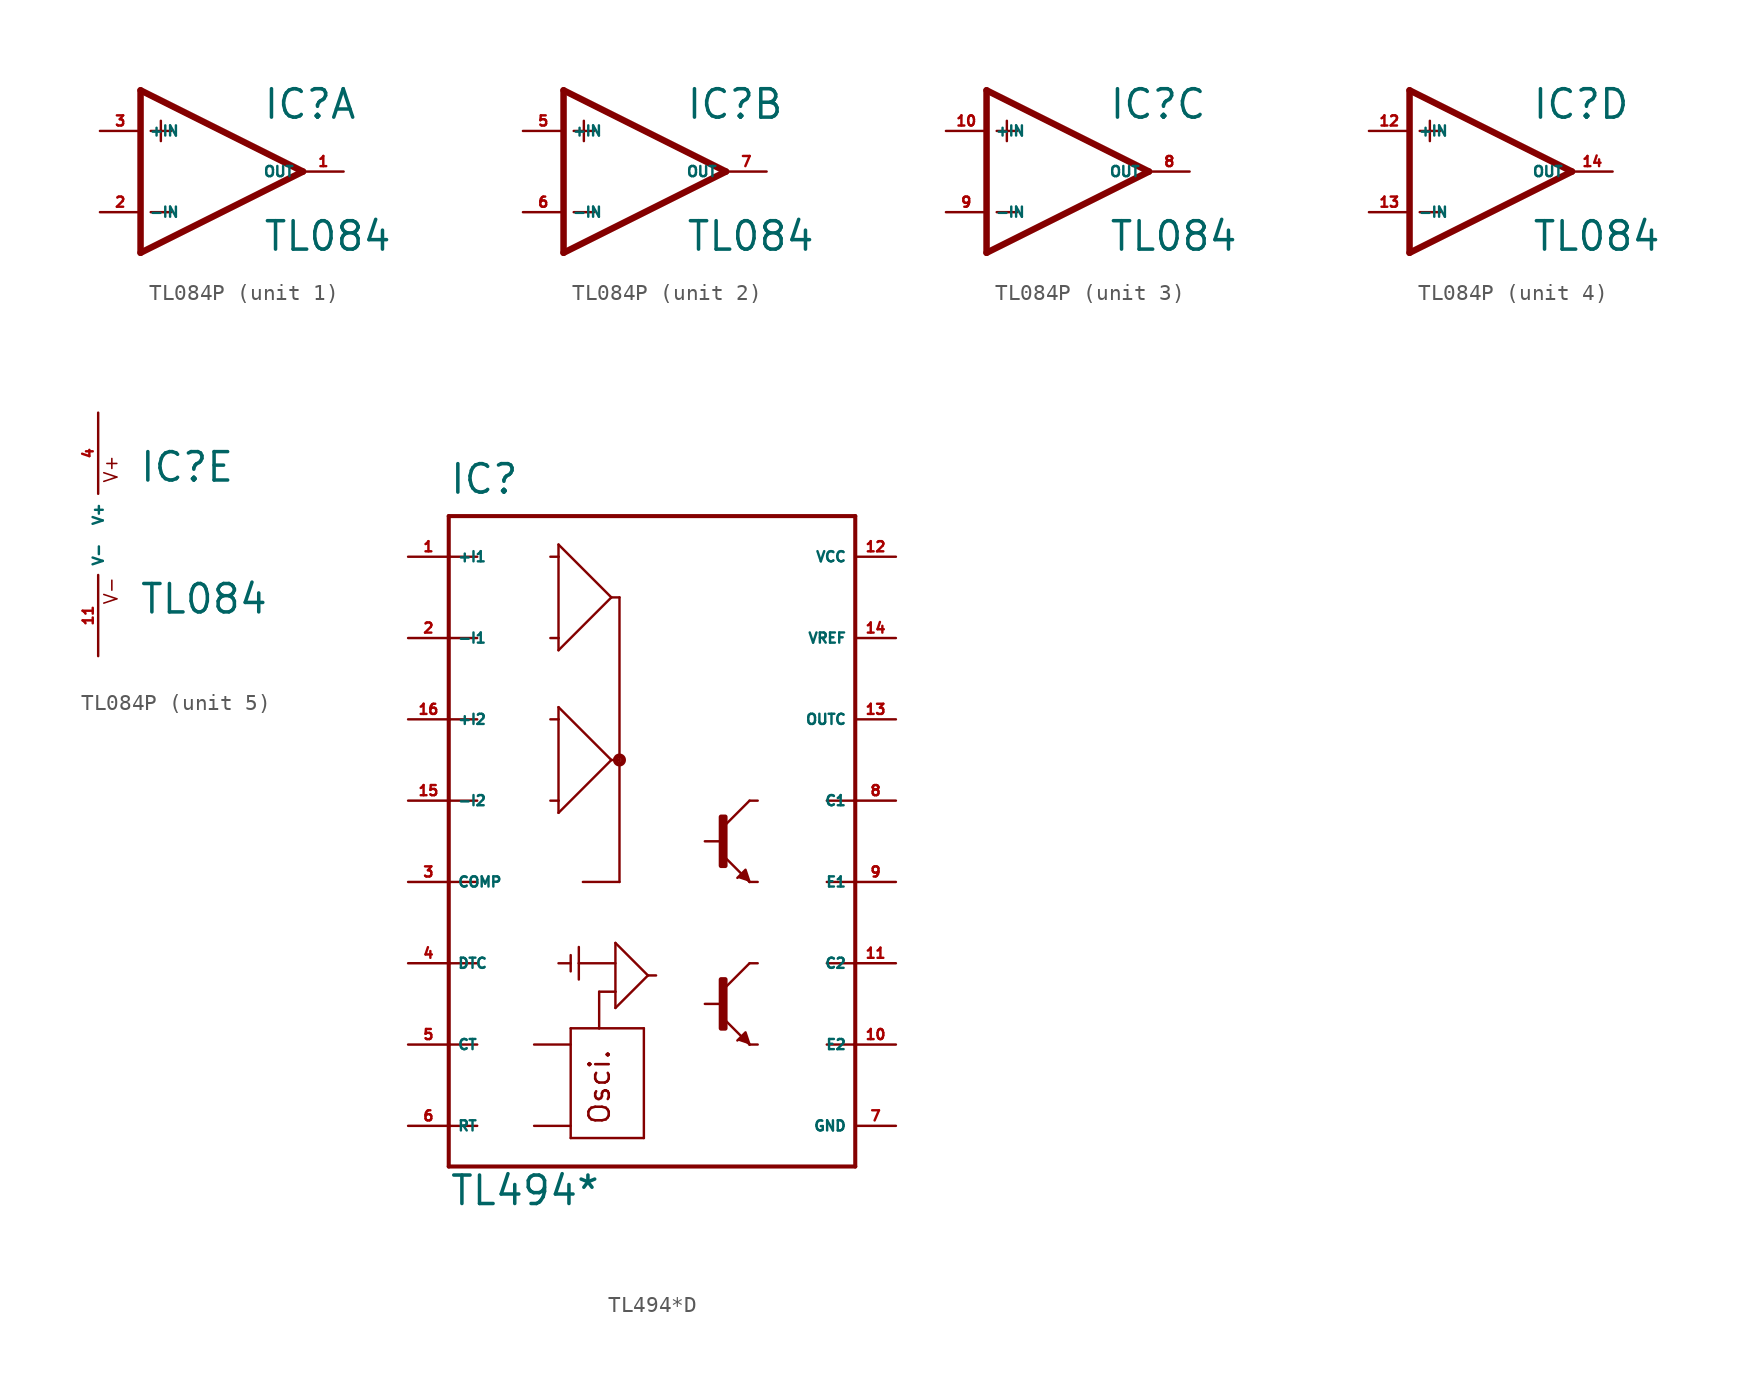
<source format=kicad_sym>
(kicad_symbol_lib
  (version 20220914)
  (generator Eagle2Kicad)
  (symbol "TL084P"
    (property "Reference" "IC"
      (at 2.54 3.175 0)
      (effects (font (size 1.778 1.778) (thickness 0.22)) (justify left bottom)))
    (property "Value" "TL084"
      (at 2.54 -5.08 0)
      (effects (font (size 1.778 1.778) (thickness 0.22)) (justify left bottom)))
    (symbol "TL084P_1_0"
      (polyline (pts (xy -5.08 5.08) (xy -5.08 -5.08)) (stroke (width 0.406) (type default)) (fill (type none)))
      (polyline (pts (xy -5.08 -5.08) (xy 5.08 0)) (stroke (width 0.406) (type default)) (fill (type none)))
      (polyline (pts (xy 5.08 0) (xy -5.08 5.08)) (stroke (width 0.406) (type default)) (fill (type none)))
      (polyline (pts (xy -3.81 3.175) (xy -3.81 1.905)) (stroke (width 0.152) (type default)) (fill (type none)))
      (polyline (pts (xy -4.445 2.54) (xy -3.175 2.54)) (stroke (width 0.152) (type default)) (fill (type none)))
      (polyline (pts (xy -4.445 -2.54) (xy -3.175 -2.54)) (stroke (width 0.152) (type default)) (fill (type none)))
      (pin input line (at -7.62 -2.54 0) (length 2.54) (name "-IN" (effects (font (size 0.635 0.635) (thickness 0.08)) (justify left bottom))) (number "2" (effects (font (size 0.635 0.635) (thickness 0.08)) (justify left bottom))))
      (pin input line (at -7.62 2.54 0) (length 2.54) (name "+IN" (effects (font (size 0.635 0.635) (thickness 0.08)) (justify left bottom))) (number "3" (effects (font (size 0.635 0.635) (thickness 0.08)) (justify left bottom))))
      (pin output line (at 7.62 0 180) (length 2.54) (name "OUT" (effects (font (size 0.635 0.635) (thickness 0.08)) (justify left bottom))) (number "1" (effects (font (size 0.635 0.635) (thickness 0.08)) (justify left bottom)))))
    (symbol "TL084P_2_0"
      (polyline (pts (xy -5.08 5.08) (xy -5.08 -5.08)) (stroke (width 0.406) (type default)) (fill (type none)))
      (polyline (pts (xy -5.08 -5.08) (xy 5.08 0)) (stroke (width 0.406) (type default)) (fill (type none)))
      (polyline (pts (xy 5.08 0) (xy -5.08 5.08)) (stroke (width 0.406) (type default)) (fill (type none)))
      (polyline (pts (xy -3.81 3.175) (xy -3.81 1.905)) (stroke (width 0.152) (type default)) (fill (type none)))
      (polyline (pts (xy -4.445 2.54) (xy -3.175 2.54)) (stroke (width 0.152) (type default)) (fill (type none)))
      (polyline (pts (xy -4.445 -2.54) (xy -3.175 -2.54)) (stroke (width 0.152) (type default)) (fill (type none)))
      (pin input line (at -7.62 -2.54 0) (length 2.54) (name "-IN" (effects (font (size 0.635 0.635) (thickness 0.08)) (justify left bottom))) (number "6" (effects (font (size 0.635 0.635) (thickness 0.08)) (justify left bottom))))
      (pin input line (at -7.62 2.54 0) (length 2.54) (name "+IN" (effects (font (size 0.635 0.635) (thickness 0.08)) (justify left bottom))) (number "5" (effects (font (size 0.635 0.635) (thickness 0.08)) (justify left bottom))))
      (pin output line (at 7.62 0 180) (length 2.54) (name "OUT" (effects (font (size 0.635 0.635) (thickness 0.08)) (justify left bottom))) (number "7" (effects (font (size 0.635 0.635) (thickness 0.08)) (justify left bottom)))))
    (symbol "TL084P_3_0"
      (polyline (pts (xy -5.08 5.08) (xy -5.08 -5.08)) (stroke (width 0.406) (type default)) (fill (type none)))
      (polyline (pts (xy -5.08 -5.08) (xy 5.08 0)) (stroke (width 0.406) (type default)) (fill (type none)))
      (polyline (pts (xy 5.08 0) (xy -5.08 5.08)) (stroke (width 0.406) (type default)) (fill (type none)))
      (polyline (pts (xy -3.81 3.175) (xy -3.81 1.905)) (stroke (width 0.152) (type default)) (fill (type none)))
      (polyline (pts (xy -4.445 2.54) (xy -3.175 2.54)) (stroke (width 0.152) (type default)) (fill (type none)))
      (polyline (pts (xy -4.445 -2.54) (xy -3.175 -2.54)) (stroke (width 0.152) (type default)) (fill (type none)))
      (pin input line (at -7.62 -2.54 0) (length 2.54) (name "-IN" (effects (font (size 0.635 0.635) (thickness 0.08)) (justify left bottom))) (number "9" (effects (font (size 0.635 0.635) (thickness 0.08)) (justify left bottom))))
      (pin input line (at -7.62 2.54 0) (length 2.54) (name "+IN" (effects (font (size 0.635 0.635) (thickness 0.08)) (justify left bottom))) (number "10" (effects (font (size 0.635 0.635) (thickness 0.08)) (justify left bottom))))
      (pin output line (at 7.62 0 180) (length 2.54) (name "OUT" (effects (font (size 0.635 0.635) (thickness 0.08)) (justify left bottom))) (number "8" (effects (font (size 0.635 0.635) (thickness 0.08)) (justify left bottom)))))
    (symbol "TL084P_4_0"
      (polyline (pts (xy -5.08 5.08) (xy -5.08 -5.08)) (stroke (width 0.406) (type default)) (fill (type none)))
      (polyline (pts (xy -5.08 -5.08) (xy 5.08 0)) (stroke (width 0.406) (type default)) (fill (type none)))
      (polyline (pts (xy 5.08 0) (xy -5.08 5.08)) (stroke (width 0.406) (type default)) (fill (type none)))
      (polyline (pts (xy -3.81 3.175) (xy -3.81 1.905)) (stroke (width 0.152) (type default)) (fill (type none)))
      (polyline (pts (xy -4.445 2.54) (xy -3.175 2.54)) (stroke (width 0.152) (type default)) (fill (type none)))
      (polyline (pts (xy -4.445 -2.54) (xy -3.175 -2.54)) (stroke (width 0.152) (type default)) (fill (type none)))
      (pin input line (at -7.62 -2.54 0) (length 2.54) (name "-IN" (effects (font (size 0.635 0.635) (thickness 0.08)) (justify left bottom))) (number "13" (effects (font (size 0.635 0.635) (thickness 0.08)) (justify left bottom))))
      (pin input line (at -7.62 2.54 0) (length 2.54) (name "+IN" (effects (font (size 0.635 0.635) (thickness 0.08)) (justify left bottom))) (number "12" (effects (font (size 0.635 0.635) (thickness 0.08)) (justify left bottom))))
      (pin output line (at 7.62 0 180) (length 2.54) (name "OUT" (effects (font (size 0.635 0.635) (thickness 0.08)) (justify left bottom))) (number "14" (effects (font (size 0.635 0.635) (thickness 0.08)) (justify left bottom)))))
    (symbol "TL084P_5_0"
      (text "V+" (at 1.27 3.175 900) (effects (font (size 0.813 0.813) (thickness 0.10)) (justify left bottom)))
      (text "V-" (at 1.27 -4.445 900) (effects (font (size 0.813 0.813) (thickness 0.10)) (justify left bottom)))
      (pin unspecified line (at 0 7.62 270) (length 5.08) (name "V+" (effects (font (size 0.635 0.635) (thickness 0.08)) (justify left bottom))) (number "4" (effects (font (size 0.635 0.635) (thickness 0.08)) (justify left bottom))))
      (pin unspecified line (at 0 -7.62 90) (length 5.08) (name "V-" (effects (font (size 0.635 0.635) (thickness 0.08)) (justify left bottom))) (number "11" (effects (font (size 0.635 0.635) (thickness 0.08)) (justify left bottom))))))
  (symbol "TL494*D"
    (property "Reference" "IC"
      (at -12.7 19.05 0)
      (effects (font (size 1.778 1.778) (thickness 0.22)) (justify left bottom)))
    (property "Value" "TL494*"
      (at -12.7 -25.4 0)
      (effects (font (size 1.778 1.778) (thickness 0.22)) (justify left bottom)))
    (polyline
      (pts (xy 6.096 -5.08) (xy 5.842 -4.318) (xy 5.334 -4.826))
      (stroke (width 0.152) (type default))
      (fill (type outline)))
    (polyline
      (pts (xy 6.096 -15.24) (xy 5.842 -14.478) (xy 5.334 -14.986))
      (stroke (width 0.152) (type default))
      (fill (type outline)))
    (polyline
      (pts (xy -12.7 17.78) (xy 12.7 17.78))
      (stroke (width 0.254) (type default))
      (fill (type none)))
    (polyline
      (pts (xy 12.7 17.78) (xy 12.7 0))
      (stroke (width 0.254) (type default))
      (fill (type none)))
    (polyline
      (pts (xy 12.7 0) (xy 12.7 -5.08))
      (stroke (width 0.254) (type default))
      (fill (type none)))
    (polyline
      (pts (xy 12.7 -5.08) (xy 12.7 -10.16))
      (stroke (width 0.254) (type default))
      (fill (type none)))
    (polyline
      (pts (xy 12.7 -10.16) (xy 12.7 -15.24))
      (stroke (width 0.254) (type default))
      (fill (type none)))
    (polyline
      (pts (xy 12.7 -15.24) (xy 12.7 -22.86))
      (stroke (width 0.254) (type default))
      (fill (type none)))
    (polyline
      (pts (xy 12.7 -22.86) (xy -12.7 -22.86))
      (stroke (width 0.254) (type default))
      (fill (type none)))
    (polyline
      (pts (xy -12.7 -22.86) (xy -12.7 -20.32))
      (stroke (width 0.254) (type default))
      (fill (type none)))
    (polyline
      (pts (xy -12.7 -20.32) (xy -12.7 -15.24))
      (stroke (width 0.254) (type default))
      (fill (type none)))
    (polyline
      (pts (xy -12.7 -15.24) (xy -12.7 -10.16))
      (stroke (width 0.254) (type default))
      (fill (type none)))
    (polyline
      (pts (xy -12.7 -10.16) (xy -12.7 -5.08))
      (stroke (width 0.254) (type default))
      (fill (type none)))
    (polyline
      (pts (xy -12.7 -5.08) (xy -12.7 0))
      (stroke (width 0.254) (type default))
      (fill (type none)))
    (polyline
      (pts (xy -12.7 0) (xy -12.7 5.08))
      (stroke (width 0.254) (type default))
      (fill (type none)))
    (polyline
      (pts (xy -12.7 5.08) (xy -12.7 10.16))
      (stroke (width 0.254) (type default))
      (fill (type none)))
    (polyline
      (pts (xy -12.7 10.16) (xy -12.7 15.24))
      (stroke (width 0.254) (type default))
      (fill (type none)))
    (polyline
      (pts (xy -12.7 15.24) (xy -12.7 17.78))
      (stroke (width 0.254) (type default))
      (fill (type none)))
    (polyline
      (pts (xy -5.842 16.002) (xy -2.54 12.7))
      (stroke (width 0.152) (type default))
      (fill (type none)))
    (polyline
      (pts (xy -2.54 12.7) (xy -5.842 9.398))
      (stroke (width 0.152) (type default))
      (fill (type none)))
    (polyline
      (pts (xy -5.842 9.398) (xy -5.842 10.16))
      (stroke (width 0.152) (type default))
      (fill (type none)))
    (polyline
      (pts (xy -5.842 10.16) (xy -5.842 15.24))
      (stroke (width 0.152) (type default))
      (fill (type none)))
    (polyline
      (pts (xy -5.842 15.24) (xy -5.842 16.002))
      (stroke (width 0.152) (type default))
      (fill (type none)))
    (polyline
      (pts (xy -12.7 15.24) (xy -10.922 15.24))
      (stroke (width 0.152) (type default))
      (fill (type none)))
    (polyline
      (pts (xy -6.35 15.24) (xy -5.842 15.24))
      (stroke (width 0.152) (type default))
      (fill (type none)))
    (polyline
      (pts (xy -12.7 10.16) (xy -10.922 10.16))
      (stroke (width 0.152) (type default))
      (fill (type none)))
    (polyline
      (pts (xy -6.35 10.16) (xy -5.842 10.16))
      (stroke (width 0.152) (type default))
      (fill (type none)))
    (polyline
      (pts (xy -5.842 5.842) (xy -2.54 2.54))
      (stroke (width 0.152) (type default))
      (fill (type none)))
    (polyline
      (pts (xy -2.54 2.54) (xy -5.842 -0.762))
      (stroke (width 0.152) (type default))
      (fill (type none)))
    (polyline
      (pts (xy -5.842 -0.762) (xy -5.842 0))
      (stroke (width 0.152) (type default))
      (fill (type none)))
    (polyline
      (pts (xy -5.842 0) (xy -5.842 5.08))
      (stroke (width 0.152) (type default))
      (fill (type none)))
    (polyline
      (pts (xy -5.842 5.08) (xy -5.842 5.842))
      (stroke (width 0.152) (type default))
      (fill (type none)))
    (polyline
      (pts (xy -12.7 5.08) (xy -10.922 5.08))
      (stroke (width 0.152) (type default))
      (fill (type none)))
    (polyline
      (pts (xy -6.35 5.08) (xy -5.842 5.08))
      (stroke (width 0.152) (type default))
      (fill (type none)))
    (polyline
      (pts (xy -12.7 0) (xy -10.922 0))
      (stroke (width 0.152) (type default))
      (fill (type none)))
    (polyline
      (pts (xy -6.35 0) (xy -5.842 0))
      (stroke (width 0.152) (type default))
      (fill (type none)))
    (polyline
      (pts (xy -2.54 12.7) (xy -2.032 12.7))
      (stroke (width 0.152) (type default))
      (fill (type none)))
    (polyline
      (pts (xy -2.032 12.7) (xy -2.032 2.54))
      (stroke (width 0.152) (type default))
      (fill (type none)))
    (polyline
      (pts (xy -2.032 2.54) (xy -2.54 2.54))
      (stroke (width 0.152) (type default))
      (fill (type none)))
    (polyline
      (pts (xy -12.7 -5.08) (xy -10.922 -5.08))
      (stroke (width 0.152) (type default))
      (fill (type none)))
    (polyline
      (pts (xy -4.318 -5.08) (xy -2.032 -5.08))
      (stroke (width 0.152) (type default))
      (fill (type none)))
    (polyline
      (pts (xy -2.032 -5.08) (xy -2.032 2.54))
      (stroke (width 0.152) (type default))
      (fill (type none)))
    (polyline
      (pts (xy -7.366 -15.24) (xy -5.08 -15.24))
      (stroke (width 0.152) (type default))
      (fill (type none)))
    (polyline
      (pts (xy -7.366 -20.32) (xy -5.08 -20.32))
      (stroke (width 0.152) (type default))
      (fill (type none)))
    (polyline
      (pts (xy -5.08 -14.224) (xy -5.08 -21.082))
      (stroke (width 0.152) (type default))
      (fill (type none)))
    (polyline
      (pts (xy -5.08 -21.082) (xy -0.508 -21.082))
      (stroke (width 0.152) (type default))
      (fill (type none)))
    (polyline
      (pts (xy -0.508 -21.082) (xy -0.508 -14.224))
      (stroke (width 0.152) (type default))
      (fill (type none)))
    (polyline
      (pts (xy -0.508 -14.224) (xy -3.302 -14.224))
      (stroke (width 0.152) (type default))
      (fill (type none)))
    (polyline
      (pts (xy -3.302 -14.224) (xy -5.08 -14.224))
      (stroke (width 0.152) (type default))
      (fill (type none)))
    (polyline
      (pts (xy -12.7 -10.16) (xy -10.922 -10.16))
      (stroke (width 0.152) (type default))
      (fill (type none)))
    (polyline
      (pts (xy -12.7 -15.24) (xy -10.922 -15.24))
      (stroke (width 0.152) (type default))
      (fill (type none)))
    (polyline
      (pts (xy -12.7 -20.32) (xy -10.922 -20.32))
      (stroke (width 0.152) (type default))
      (fill (type none)))
    (polyline
      (pts (xy -5.842 -10.16) (xy -5.08 -10.16))
      (stroke (width 0.152) (type default))
      (fill (type none)))
    (polyline
      (pts (xy -5.08 -9.652) (xy -5.08 -10.668))
      (stroke (width 0.152) (type default))
      (fill (type none)))
    (polyline
      (pts (xy -4.572 -9.144) (xy -4.572 -10.16))
      (stroke (width 0.152) (type default))
      (fill (type none)))
    (polyline
      (pts (xy -4.572 -10.16) (xy -4.572 -11.176))
      (stroke (width 0.152) (type default))
      (fill (type none)))
    (polyline
      (pts (xy -4.572 -10.16) (xy -2.286 -10.16))
      (stroke (width 0.152) (type default))
      (fill (type none)))
    (polyline
      (pts (xy -2.286 -12.954) (xy -0.254 -10.922))
      (stroke (width 0.152) (type default))
      (fill (type none)))
    (polyline
      (pts (xy -0.254 -10.922) (xy -2.286 -8.89))
      (stroke (width 0.152) (type default))
      (fill (type none)))
    (polyline
      (pts (xy -2.286 -8.89) (xy -2.286 -11.938))
      (stroke (width 0.152) (type default))
      (fill (type none)))
    (polyline
      (pts (xy -2.286 -11.938) (xy -2.286 -12.954))
      (stroke (width 0.152) (type default))
      (fill (type none)))
    (polyline
      (pts (xy -3.302 -11.938) (xy -3.302 -14.224))
      (stroke (width 0.152) (type default))
      (fill (type none)))
    (polyline
      (pts (xy -2.286 -11.938) (xy -3.302 -11.938))
      (stroke (width 0.152) (type default))
      (fill (type none)))
    (polyline
      (pts (xy -0.254 -10.922) (xy 0.254 -10.922))
      (stroke (width 0.152) (type default))
      (fill (type none)))
    (polyline
      (pts (xy 12.7 -10.16) (xy 10.922 -10.16))
      (stroke (width 0.152) (type default))
      (fill (type none)))
    (polyline
      (pts (xy 12.7 -15.24) (xy 10.922 -15.24))
      (stroke (width 0.152) (type default))
      (fill (type none)))
    (polyline
      (pts (xy 12.7 0) (xy 10.922 0))
      (stroke (width 0.152) (type default))
      (fill (type none)))
    (polyline
      (pts (xy 12.7 -5.08) (xy 10.922 -5.08))
      (stroke (width 0.152) (type default))
      (fill (type none)))
    (polyline
      (pts (xy 6.604 0) (xy 6.096 0))
      (stroke (width 0.152) (type default))
      (fill (type none)))
    (polyline
      (pts (xy 6.096 0) (xy 4.572 -1.524))
      (stroke (width 0.152) (type default))
      (fill (type none)))
    (polyline
      (pts (xy 6.604 -5.08) (xy 6.096 -5.08))
      (stroke (width 0.152) (type default))
      (fill (type none)))
    (polyline
      (pts (xy 6.096 -5.08) (xy 4.572 -3.556))
      (stroke (width 0.152) (type default))
      (fill (type none)))
    (polyline
      (pts (xy 4.318 -2.54) (xy 3.302 -2.54))
      (stroke (width 0.152) (type default))
      (fill (type none)))
    (polyline
      (pts (xy 6.604 -10.16) (xy 6.096 -10.16))
      (stroke (width 0.152) (type default))
      (fill (type none)))
    (polyline
      (pts (xy 6.096 -10.16) (xy 4.572 -11.684))
      (stroke (width 0.152) (type default))
      (fill (type none)))
    (polyline
      (pts (xy 6.604 -15.24) (xy 6.096 -15.24))
      (stroke (width 0.152) (type default))
      (fill (type none)))
    (polyline
      (pts (xy 6.096 -15.24) (xy 4.572 -13.716))
      (stroke (width 0.152) (type default))
      (fill (type none)))
    (polyline
      (pts (xy 4.318 -12.7) (xy 3.302 -12.7))
      (stroke (width 0.152) (type default))
      (fill (type none)))
    (text "Osci."
      (at -2.54 -20.32 900)
      (effects (font (size 1.27 1.27) (thickness 0.16)) (justify left bottom)))
    (circle
      (center -2.032 2.54)
      (radius 0.254)
      (stroke (width 0.305) (type default))
      (fill (type none)))
    (rectangle
      (start 4.318 -4.064)
      (end 4.572 -1.016)
      (stroke (width 0.3) (type default))
      (fill (type outline)))
    (rectangle
      (start 4.318 -14.224)
      (end 4.572 -11.176)
      (stroke (width 0.3) (type default))
      (fill (type outline)))
    (pin input line
      (at -15.24 15.24 0)
      (length 2.54)
      (name "+I1" (effects (font (size 0.635 0.635) (thickness 0.08)) (justify left bottom)))
      (number "1" (effects (font (size 0.635 0.635) (thickness 0.08)) (justify left bottom))))
    (pin input line
      (at -15.24 5.08 0)
      (length 2.54)
      (name "+I2" (effects (font (size 0.635 0.635) (thickness 0.08)) (justify left bottom)))
      (number "16" (effects (font (size 0.635 0.635) (thickness 0.08)) (justify left bottom))))
    (pin input line
      (at -15.24 10.16 0)
      (length 2.54)
      (name "-I1" (effects (font (size 0.635 0.635) (thickness 0.08)) (justify left bottom)))
      (number "2" (effects (font (size 0.635 0.635) (thickness 0.08)) (justify left bottom))))
    (pin input line
      (at -15.24 0 0)
      (length 2.54)
      (name "-I2" (effects (font (size 0.635 0.635) (thickness 0.08)) (justify left bottom)))
      (number "15" (effects (font (size 0.635 0.635) (thickness 0.08)) (justify left bottom))))
    (pin passive line
      (at -15.24 -5.08 0)
      (length 2.54)
      (name "COMP" (effects (font (size 0.635 0.635) (thickness 0.08)) (justify left bottom)))
      (number "3" (effects (font (size 0.635 0.635) (thickness 0.08)) (justify left bottom))))
    (pin input line
      (at -15.24 -15.24 0)
      (length 2.54)
      (name "CT" (effects (font (size 0.635 0.635) (thickness 0.08)) (justify left bottom)))
      (number "5" (effects (font (size 0.635 0.635) (thickness 0.08)) (justify left bottom))))
    (pin input line
      (at -15.24 -20.32 0)
      (length 2.54)
      (name "RT" (effects (font (size 0.635 0.635) (thickness 0.08)) (justify left bottom)))
      (number "6" (effects (font (size 0.635 0.635) (thickness 0.08)) (justify left bottom))))
    (pin unspecified line
      (at 15.24 -20.32 180)
      (length 2.54)
      (name "GND" (effects (font (size 0.635 0.635) (thickness 0.08)) (justify left bottom)))
      (number "7" (effects (font (size 0.635 0.635) (thickness 0.08)) (justify left bottom))))
    (pin passive line
      (at 15.24 0 180)
      (length 2.54)
      (name "C1" (effects (font (size 0.635 0.635) (thickness 0.08)) (justify left bottom)))
      (number "8" (effects (font (size 0.635 0.635) (thickness 0.08)) (justify left bottom))))
    (pin passive line
      (at 15.24 -10.16 180)
      (length 2.54)
      (name "C2" (effects (font (size 0.635 0.635) (thickness 0.08)) (justify left bottom)))
      (number "11" (effects (font (size 0.635 0.635) (thickness 0.08)) (justify left bottom))))
    (pin passive line
      (at 15.24 -5.08 180)
      (length 2.54)
      (name "E1" (effects (font (size 0.635 0.635) (thickness 0.08)) (justify left bottom)))
      (number "9" (effects (font (size 0.635 0.635) (thickness 0.08)) (justify left bottom))))
    (pin passive line
      (at 15.24 -15.24 180)
      (length 2.54)
      (name "E2" (effects (font (size 0.635 0.635) (thickness 0.08)) (justify left bottom)))
      (number "10" (effects (font (size 0.635 0.635) (thickness 0.08)) (justify left bottom))))
    (pin unspecified line
      (at 15.24 15.24 180)
      (length 2.54)
      (name "VCC" (effects (font (size 0.635 0.635) (thickness 0.08)) (justify left bottom)))
      (number "12" (effects (font (size 0.635 0.635) (thickness 0.08)) (justify left bottom))))
    (pin output line
      (at 15.24 5.08 180)
      (length 2.54)
      (name "OUTC" (effects (font (size 0.635 0.635) (thickness 0.08)) (justify left bottom)))
      (number "13" (effects (font (size 0.635 0.635) (thickness 0.08)) (justify left bottom))))
    (pin input line
      (at 15.24 10.16 180)
      (length 2.54)
      (name "VREF" (effects (font (size 0.635 0.635) (thickness 0.08)) (justify left bottom)))
      (number "14" (effects (font (size 0.635 0.635) (thickness 0.08)) (justify left bottom))))
    (pin input line
      (at -15.24 -10.16 0)
      (length 2.54)
      (name "DTC" (effects (font (size 0.635 0.635) (thickness 0.08)) (justify left bottom)))
      (number "4" (effects (font (size 0.635 0.635) (thickness 0.08)) (justify left bottom))))))
</source>
